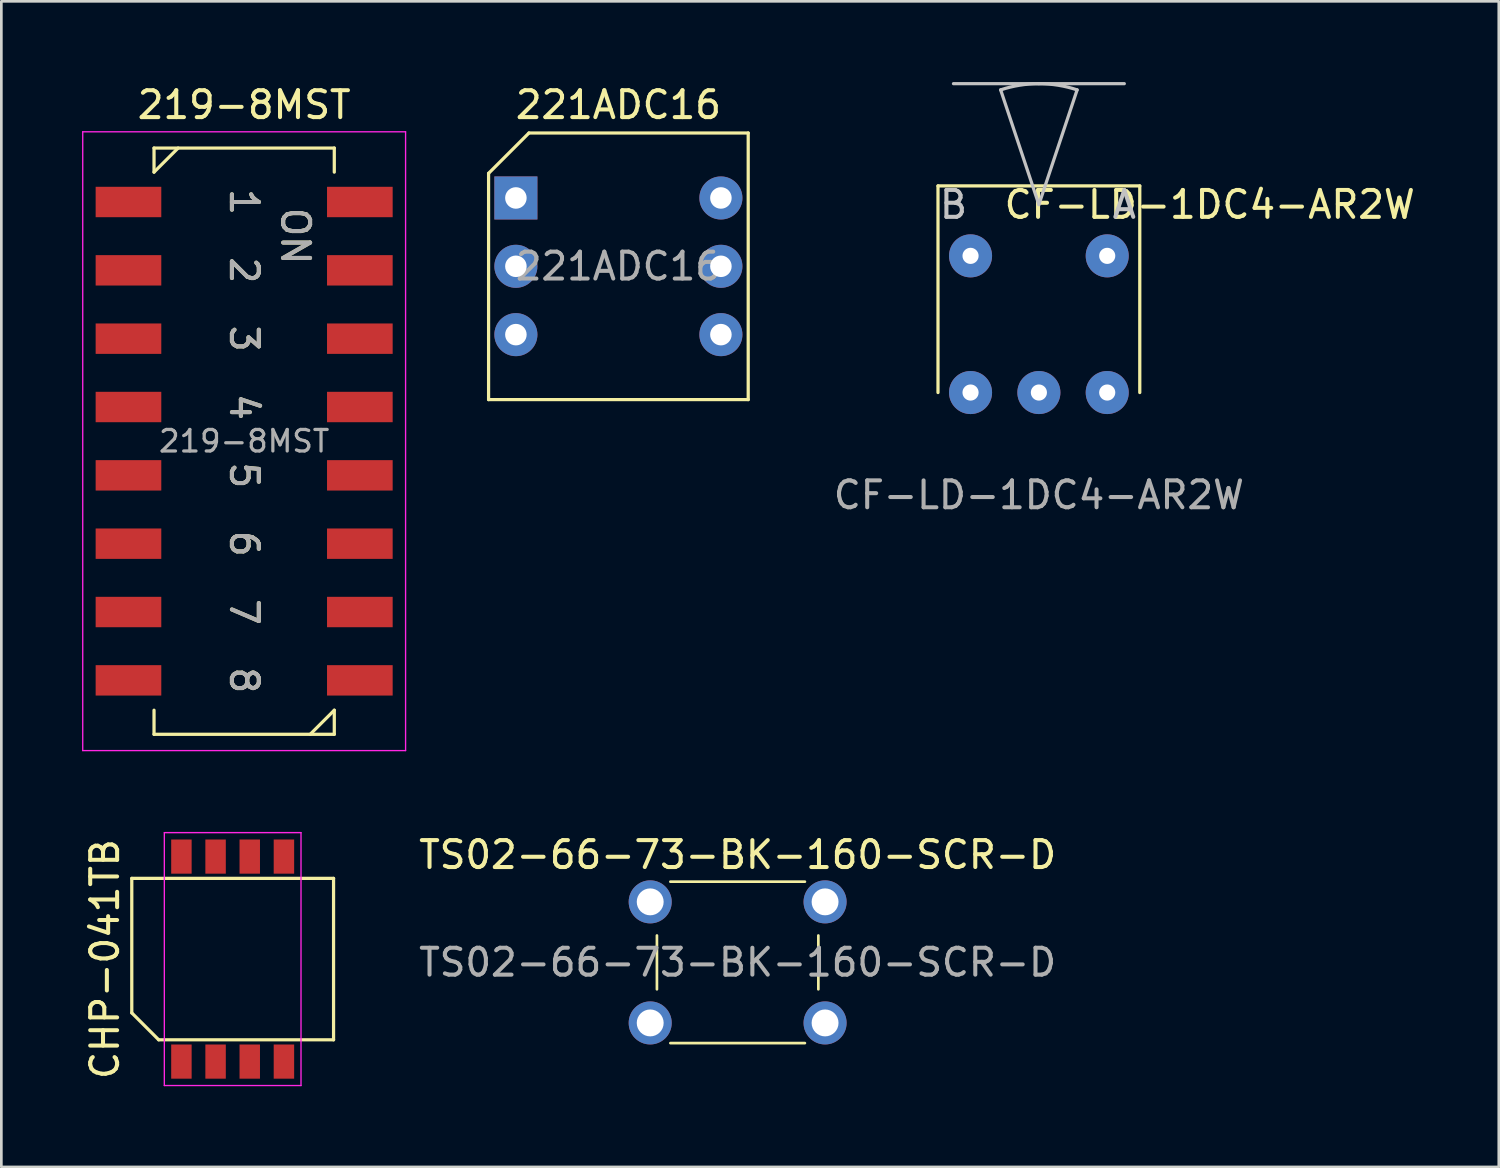
<source format=kicad_pcb>
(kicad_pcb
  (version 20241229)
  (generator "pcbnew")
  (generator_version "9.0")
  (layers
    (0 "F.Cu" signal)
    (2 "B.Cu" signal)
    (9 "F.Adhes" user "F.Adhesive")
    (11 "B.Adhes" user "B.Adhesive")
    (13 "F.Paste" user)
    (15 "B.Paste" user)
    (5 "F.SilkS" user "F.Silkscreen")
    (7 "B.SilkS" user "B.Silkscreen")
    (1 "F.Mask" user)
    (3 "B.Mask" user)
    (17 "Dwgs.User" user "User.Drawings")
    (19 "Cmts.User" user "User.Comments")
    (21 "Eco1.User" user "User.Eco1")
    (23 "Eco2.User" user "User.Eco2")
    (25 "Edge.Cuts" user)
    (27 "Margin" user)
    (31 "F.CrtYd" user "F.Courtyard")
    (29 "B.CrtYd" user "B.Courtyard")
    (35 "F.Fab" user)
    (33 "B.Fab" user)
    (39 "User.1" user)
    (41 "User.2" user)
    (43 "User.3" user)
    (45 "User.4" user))
  (footprint "219-8MST"
    (layer "F.Cu")
    (at 6.025 13.348)
    (property "Reference" "219-8MST" (at 0 -12.5 0) (layer "F.SilkS") (effects (font (size 1 1) (thickness 0.15))))
    (attr smd)
    (fp_line (start -3.35 -10.895) (end -3.35 -10) (stroke (width 0.12) (type solid)) (layer "F.SilkS"))
    (fp_line (start -3.35 -10.895) (end 3.35 -10.895) (stroke (width 0.12) (type solid)) (layer "F.SilkS"))
    (fp_line (start -3.35 -10) (end -2.455 -10.895) (stroke (width 0.12) (type solid)) (layer "F.SilkS"))
    (fp_line (start -3.35 10.895) (end -3.35 10) (stroke (width 0.12) (type solid)) (layer "F.SilkS"))
    (fp_line (start 3.35 -10.895) (end 3.35 -10) (stroke (width 0.12) (type solid)) (layer "F.SilkS"))
    (fp_line (start 3.35 10) (end 2.455 10.895) (stroke (width 0.12) (type solid)) (layer "F.SilkS"))
    (fp_line (start 3.35 10.895) (end -3.35 10.895) (stroke (width 0.12) (type solid)) (layer "F.SilkS"))
    (fp_line (start 3.35 10.895) (end 3.35 10) (stroke (width 0.12) (type solid)) (layer "F.SilkS"))
    (fp_line (start -6 -11.5) (end -6 11.5) (stroke (width 0.05) (type solid)) (layer "F.CrtYd"))
    (fp_line (start -6 11.5) (end 6 11.5) (stroke (width 0.05) (type solid)) (layer "F.CrtYd"))
    (fp_line (start 6 -11.5) (end -6 -11.5) (stroke (width 0.05) (type solid)) (layer "F.CrtYd"))
    (fp_line (start 6 11.5) (end 6 -11.5) (stroke (width 0.05) (type solid)) (layer "F.CrtYd"))
    (fp_text user "2" (at 0 -6.35 270) (unlocked yes) (layer "F.SilkS") (effects (font (size 1 1) (thickness 0.15))))
    (fp_text user "8" (at 0 8.89 270) (unlocked yes) (layer "F.SilkS") (effects (font (size 1 1) (thickness 0.15))))
    (fp_text user "3" (at 0 -3.81 270) (unlocked yes) (layer "F.SilkS") (effects (font (size 1 1) (thickness 0.15))))
    (fp_text user "4" (at 0 -1.27 270) (unlocked yes) (layer "F.SilkS") (effects (font (size 1 1) (thickness 0.15))))
    (fp_text user "7" (at 0 6.35 270) (unlocked yes) (layer "F.SilkS") (effects (font (size 1 1) (thickness 0.15))))
    (fp_text user "5" (at 0 1.27 270) (unlocked yes) (layer "F.SilkS") (effects (font (size 1 1) (thickness 0.15))))
    (fp_text user "1" (at 0 -8.89 270) (unlocked yes) (layer "F.SilkS") (effects (font (size 1 1) (thickness 0.15))))
    (fp_text user "6" (at 0 3.81 270) (unlocked yes) (layer "F.SilkS") (effects (font (size 1 1) (thickness 0.15))))
    (fp_text user "ON" (at 1.905 -7.62 270) (unlocked yes) (layer "F.SilkS") (effects (font (size 1 1) (thickness 0.15))))
    (fp_text user "6" (at 0 3.81 270) (unlocked yes) (layer "F.Fab") (effects (font (size 1 1) (thickness 0.15))))
    (fp_text user "7" (at 0 6.35 270) (unlocked yes) (layer "F.Fab") (effects (font (size 1 1) (thickness 0.15))))
    (fp_text user "${REFERENCE}" (at 0 0 0) (layer "F.Fab") (effects (font (size 0.8 0.8) (thickness 0.12))))
    (fp_text user "3" (at 0 -3.81 270) (unlocked yes) (layer "F.Fab") (effects (font (size 1 1) (thickness 0.15))))
    (fp_text user "4" (at 0 -1.27 270) (unlocked yes) (layer "F.Fab") (effects (font (size 1 1) (thickness 0.15))))
    (fp_text user "5" (at 0 1.27 270) (unlocked yes) (layer "F.Fab") (effects (font (size 1 1) (thickness 0.15))))
    (fp_text user "2" (at 0 -6.35 270) (unlocked yes) (layer "F.Fab") (effects (font (size 1 1) (thickness 0.15))))
    (fp_text user "ON" (at 1.905 -7.62 270) (unlocked yes) (layer "F.Fab") (effects (font (size 1 1) (thickness 0.15))))
    (fp_text user "8" (at 0 8.89 270) (unlocked yes) (layer "F.Fab") (effects (font (size 1 1) (thickness 0.15))))
    (fp_text user "1" (at 0 -8.89 270) (unlocked yes) (layer "F.Fab") (effects (font (size 1 1) (thickness 0.15))))
    (pad "1" smd rect (at -4.3 -8.89) (size 2.44 1.13) (layers "F.Cu" "F.Mask" "F.Paste"))
    (pad "2" smd rect (at -4.3 -6.35) (size 2.44 1.13) (layers "F.Cu" "F.Mask" "F.Paste"))
    (pad "3" smd rect (at -4.3 -3.81) (size 2.44 1.13) (layers "F.Cu" "F.Mask" "F.Paste"))
    (pad "4" smd rect (at -4.3 -1.27) (size 2.44 1.13) (layers "F.Cu" "F.Mask" "F.Paste"))
    (pad "5" smd rect (at -4.3 1.27) (size 2.44 1.13) (layers "F.Cu" "F.Mask" "F.Paste"))
    (pad "6" smd rect (at -4.3 3.81) (size 2.44 1.13) (layers "F.Cu" "F.Mask" "F.Paste"))
    (pad "7" smd rect (at -4.3 6.35) (size 2.44 1.13) (layers "F.Cu" "F.Mask" "F.Paste"))
    (pad "8" smd rect (at -4.3 8.89) (size 2.44 1.13) (layers "F.Cu" "F.Mask" "F.Paste"))
    (pad "9" smd rect (at 4.3 8.89) (size 2.44 1.13) (layers "F.Cu" "F.Mask" "F.Paste"))
    (pad "10" smd rect (at 4.3 6.35) (size 2.44 1.13) (layers "F.Cu" "F.Mask" "F.Paste"))
    (pad "11" smd rect (at 4.3 3.81) (size 2.44 1.13) (layers "F.Cu" "F.Mask" "F.Paste"))
    (pad "12" smd rect (at 4.3 1.27) (size 2.44 1.13) (layers "F.Cu" "F.Mask" "F.Paste"))
    (pad "13" smd rect (at 4.3 -1.27) (size 2.44 1.13) (layers "F.Cu" "F.Mask" "F.Paste"))
    (pad "14" smd rect (at 4.3 -3.81) (size 2.44 1.13) (layers "F.Cu" "F.Mask" "F.Paste"))
    (pad "15" smd rect (at 4.3 -6.35) (size 2.44 1.13) (layers "F.Cu" "F.Mask" "F.Paste"))
    (pad "16" smd rect (at 4.3 -8.89) (size 2.44 1.13) (layers "F.Cu" "F.Mask" "F.Paste")))
  (footprint "CF-LD-1DC4-AR2W"
    (layer "F.Cu")
    (at 35.564 9)
    (property "Reference" "CF-LD-1DC4-AR2W" (at 6.35 -4.445 0) (unlocked yes) (layer "F.SilkS") (effects (font (size 1 1) (thickness 0.15))))
    (attr through_hole)
    (fp_line (start -3.75 -5.14) (end 3.75 -5.14) (stroke (width 0.12) (type solid)) (layer "F.SilkS"))
    (fp_line (start -3.75 2.54) (end -3.75 -5.14) (stroke (width 0.12) (type solid)) (layer "F.SilkS"))
    (fp_line (start 3.75 2.54) (end 3.75 -5.14) (stroke (width 0.12) (type solid)) (layer "F.SilkS"))
    (fp_line (start -3.175 -8.94) (end 3.175 -8.94) (stroke (width 0.12) (type solid)) (layer "Dwgs.User"))
    (fp_line (start 0 -4.445) (end -1.421 -8.709) (stroke (width 0.12) (type solid)) (layer "Dwgs.User"))
    (fp_line (start 1.421 -8.709) (end 0 -4.445) (stroke (width 0.12) (type solid)) (layer "Dwgs.User"))
    (fp_arc (start -1.421444 -8.709331) (mid -0.720019 -8.881958) (end 0 -8.94) (stroke (width 0.12) (type solid)) (layer "Dwgs.User"))
    (fp_arc (start 0 -8.94) (mid 0.720019 -8.881958) (end 1.421444 -8.709331) (stroke (width 0.12) (type solid)) (layer "Dwgs.User"))
    (fp_text user "B" (at -3.175 -4.445 0) (unlocked yes) (layer "Dwgs.User") (effects (font (size 1 1) (thickness 0.15))))
    (fp_text user "A" (at 3.175 -4.445 0) (unlocked yes) (layer "Dwgs.User") (effects (font (size 1 1) (thickness 0.15))))
    (fp_text user "${REFERENCE}" (at 0 6.35 0) (unlocked yes) (layer "F.Fab") (effects (font (size 1 1) (thickness 0.15))))
    (pad "1" thru_hole circle (at 2.54 -2.54) (size 1.6 1.6) (drill 0.6) (layers "*.Cu" "*.Mask"))
    (pad "3" thru_hole circle (at -2.54 -2.54) (size 1.6 1.6) (drill 0.6) (layers "*.Cu" "*.Mask"))
    (pad "4" thru_hole circle (at 2.54 2.54) (size 1.6 1.6) (drill 0.6) (layers "*.Cu" "*.Mask"))
    (pad "5" thru_hole circle (at 0 2.54) (size 1.6 1.6) (drill 0.6) (layers "*.Cu" "*.Mask"))
    (pad "6" thru_hole circle (at -2.54 2.54) (size 1.6 1.6) (drill 0.6) (layers "*.Cu" "*.Mask"))
    (zone (net_name "") (layer "F.Cu") (hatch edge 0.508) (connect_pads) (min_thickness 0.254) (filled_areas_thickness no) (keepout (tracks not_allowed) (vias not_allowed) (pads allowed) (copperpour not_allowed) (footprints allowed)) (placement (enabled no)) (fill) (polygon (pts (xy 34.214 5.96) (xy 32.714 5.96) (xy 32.714 6.96) (xy 34.214 6.96))))
    (zone (net_name "") (layer "F.Cu") (hatch edge 0.508) (connect_pads) (min_thickness 0.254) (filled_areas_thickness no) (keepout (tracks not_allowed) (vias not_allowed) (pads not_allowed) (copperpour not_allowed) (footprints not_allowed)) (placement (enabled no)) (fill) (polygon (pts (xy 34.964 9.7) (xy 36.964 9.7) (xy 36.964 10.7) (xy 34.964 10.7))))
    (zone (net_name "") (layer "F.Cu") (hatch edge 0.508) (connect_pads) (min_thickness 0.254) (filled_areas_thickness no) (keepout (tracks not_allowed) (vias not_allowed) (pads allowed) (copperpour not_allowed) (footprints allowed)) (placement (enabled no)) (fill) (polygon (pts (xy 36.914 5.96) (xy 38.414 5.96) (xy 38.414 6.96) (xy 36.914 6.96)))))
  (footprint "221ADC16"
    (layer "F.Cu")
    (at 19.935 6.848)
    (property "Reference" "221ADC16" (at 0 -6 0) (layer "F.SilkS") (effects (font (size 1 1) (thickness 0.15))))
    (attr through_hole)
    (fp_line (start -4.825 4.955) (end -4.825 -3.455) (stroke (width 0.12) (type solid)) (layer "F.SilkS"))
    (fp_line (start -3.325 -4.955) (end -4.825 -3.455) (stroke (width 0.12) (type solid)) (layer "F.SilkS"))
    (fp_line (start -3.325 -4.955) (end 4.825 -4.955) (stroke (width 0.12) (type solid)) (layer "F.SilkS"))
    (fp_line (start 4.825 -4.955) (end 4.825 4.955) (stroke (width 0.12) (type solid)) (layer "F.SilkS"))
    (fp_line (start 4.825 4.955) (end -4.825 4.955) (stroke (width 0.12) (type solid)) (layer "F.SilkS"))
    (fp_text user "${REFERENCE}" (at 0 0 0) (layer "F.Fab") (effects (font (size 1 1) (thickness 0.15))))
    (pad "1" thru_hole rect (at -3.81 -2.54) (size 1.6 1.6) (drill 0.8) (layers "*.Cu" "*.Mask"))
    (pad "3" thru_hole circle (at -3.81 2.54) (size 1.6 1.6) (drill 0.8) (layers "*.Cu" "*.Mask"))
    (pad "4" thru_hole circle (at 3.81 2.54) (size 1.6 1.6) (drill 0.8) (layers "*.Cu" "*.Mask"))
    (pad "6" thru_hole circle (at 3.81 -2.54) (size 1.6 1.6) (drill 0.8) (layers "*.Cu" "*.Mask"))
    (pad "C" thru_hole circle (at -3.81 0) (size 1.6 1.6) (drill 0.8) (layers "*.Cu" "*.Mask"))
    (pad "C" thru_hole circle (at 3.81 0) (size 1.6 1.6) (drill 0.8) (layers "*.Cu" "*.Mask")))
  (footprint "TS02-66-73-BK-160-SCR-D"
    (layer "F.Cu")
    (at 24.367 32.721)
    (property "Reference" "TS02-66-73-BK-160-SCR-D" (at 0 -4 0) (layer "F.SilkS") (effects (font (size 1 1) (thickness 0.15))))
    (attr through_hole)
    (fp_line (start -3 1) (end -3 -1) (stroke (width 0.1) (type solid)) (layer "F.SilkS"))
    (fp_line (start -2.5 -3) (end 2.5 -3) (stroke (width 0.1) (type solid)) (layer "F.SilkS"))
    (fp_line (start 2.5 3) (end -2.5 3) (stroke (width 0.1) (type solid)) (layer "F.SilkS"))
    (fp_line (start 3 -1) (end 3 1) (stroke (width 0.1) (type solid)) (layer "F.SilkS"))
    (fp_text user "${REFERENCE}" (at 0 0 0) (layer "F.Fab") (effects (font (size 1 1) (thickness 0.15))))
    (pad "1" thru_hole circle (at -3.25 -2.25) (size 1.6 1.6) (drill 1) (layers "*.Cu" "*.Mask"))
    (pad "2" thru_hole circle (at 3.25 -2.25) (size 1.6 1.6) (drill 1) (layers "*.Cu" "*.Mask"))
    (pad "3" thru_hole circle (at -3.25 2.25) (size 1.6 1.6) (drill 1) (layers "*.Cu" "*.Mask"))
    (pad "4" thru_hole circle (at 3.25 2.25) (size 1.6 1.6) (drill 1) (layers "*.Cu" "*.Mask")))
  (footprint "CHP-041TB"
    (layer "F.Cu")
    (at 5.598 32.598)
    (property "Reference" "CHP-041TB" (at -4.75 0 90) (layer "F.SilkS") (effects (font (size 1 1) (thickness 0.15))))
    (attr smd)
    (fp_line (start -3.75 -3) (end 3.75 -3) (stroke (width 0.12) (type default)) (layer "F.SilkS"))
    (fp_line (start -3.75 2) (end -3.75 -3) (stroke (width 0.12) (type default)) (layer "F.SilkS"))
    (fp_line (start -2.75 3) (end -3.75 2) (stroke (width 0.12) (type default)) (layer "F.SilkS"))
    (fp_line (start 3.75 -3) (end 3.75 3) (stroke (width 0.12) (type default)) (layer "F.SilkS"))
    (fp_line (start 3.75 3) (end -2.75 3) (stroke (width 0.12) (type default)) (layer "F.SilkS"))
    (fp_line (start -2.54 -4.7) (end 2.54 -4.7) (stroke (width 0.05) (type default)) (layer "F.CrtYd"))
    (fp_line (start -2.54 4.7) (end -2.54 -4.7) (stroke (width 0.05) (type default)) (layer "F.CrtYd"))
    (fp_line (start 2.54 -4.7) (end 2.54 4.7) (stroke (width 0.05) (type default)) (layer "F.CrtYd"))
    (fp_line (start 2.54 4.7) (end -2.54 4.7) (stroke (width 0.05) (type default)) (layer "F.CrtYd"))
    (pad "1" smd rect (at -1.905 3.81) (size 0.76 1.27) (layers "F.Cu" "F.Mask" "F.Paste"))
    (pad "2" smd rect (at -0.635 3.81) (size 0.76 1.27) (layers "F.Cu" "F.Mask" "F.Paste"))
    (pad "3" smd rect (at 0.635 3.81) (size 0.76 1.27) (layers "F.Cu" "F.Mask" "F.Paste"))
    (pad "4" smd rect (at 1.905 3.81) (size 0.76 1.27) (layers "F.Cu" "F.Mask" "F.Paste"))
    (pad "5" smd rect (at 1.905 -3.81) (size 0.76 1.27) (layers "F.Cu" "F.Mask" "F.Paste"))
    (pad "6" smd rect (at 0.635 -3.81) (size 0.76 1.27) (layers "F.Cu" "F.Mask" "F.Paste"))
    (pad "7" smd rect (at -0.635 -3.81) (size 0.76 1.27) (layers "F.Cu" "F.Mask" "F.Paste"))
    (pad "8" smd rect (at -1.905 -3.81) (size 0.76 1.27) (layers "F.Cu" "F.Mask" "F.Paste")))
  (gr_rect
    (start -3 -3)
    (end 52.658 40.323)
    (stroke (width 0.1) (type default))
    (fill no)
    (layer "Edge.Cuts")))
</source>
